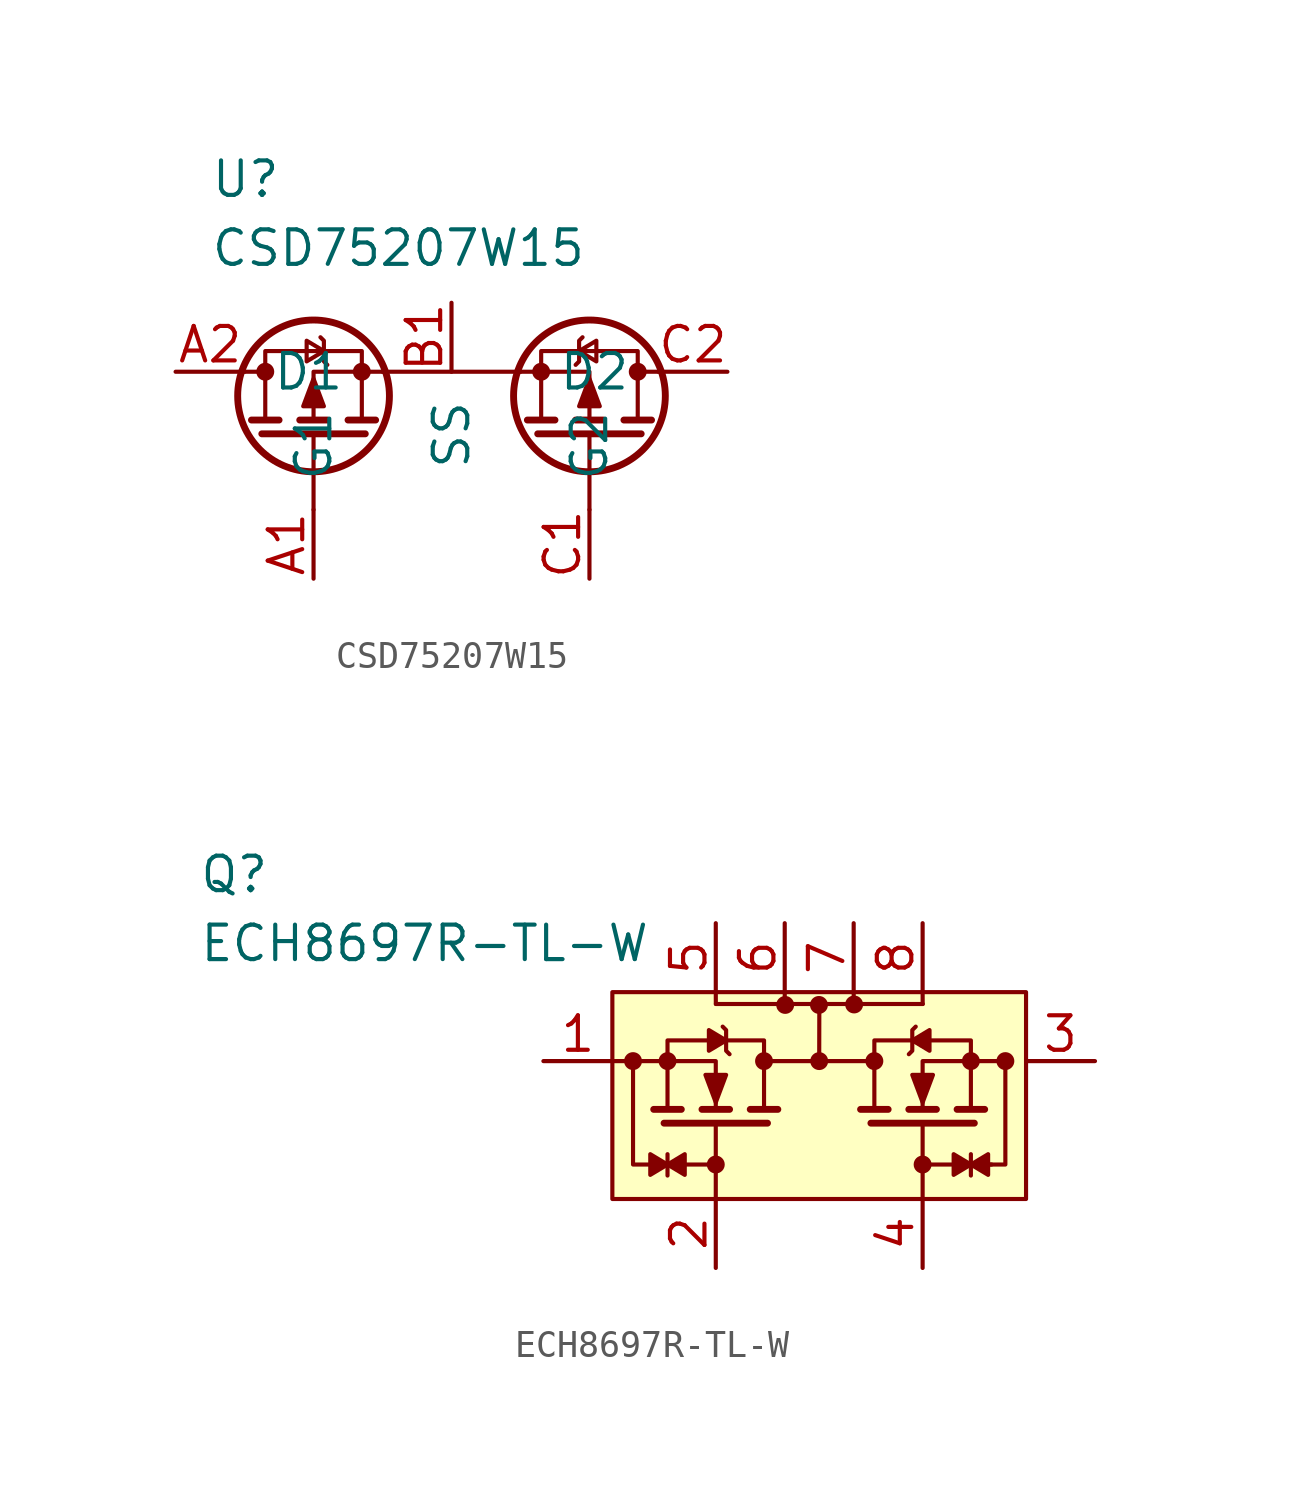
<source format=kicad_sym>
(kicad_symbol_lib
  (version 20241209)
  (generator "kicad_symbol_editor")
  (generator_version "9.0")
  (symbol "CSD75207W15"
    (pin_names
      (offset 1.016))
    (property "Reference" "U"
      (at -8.89 7.62 0)
      (effects (font (size 1.27 1.27)) (justify left bottom)))
    (property "Value" "CSD75207W15"
      (at -8.89 5.08 0)
      (effects (font (size 1.27 1.27)) (justify left bottom)))
    (symbol "CSD75207W15_0_1"
      (polyline (pts (xy -7.62 1.27) (xy -6.858 1.27)) (stroke (width 0) (type default)) (fill (type none)))
      (polyline (pts (xy -7.366 -0.508) (xy -6.35 -0.508)) (stroke (width 0.254) (type default)) (fill (type none)))
      (polyline (pts (xy -6.985 -1.016) (xy -3.175 -1.016)) (stroke (width 0.254) (type default)) (fill (type none)))
      (circle (center -6.858 1.27) (radius 0.254) (stroke (width 0) (type default)) (fill (type outline)))
      (polyline (pts (xy -6.858 -0.508) (xy -6.858 2.032) (xy -3.302 2.032) (xy -3.302 -0.508)) (stroke (width 0) (type default)) (fill (type none)))
      (polyline (pts (xy -5.588 -0.508) (xy -4.572 -0.508)) (stroke (width 0.254) (type default)) (fill (type none)))
      (polyline (pts (xy -5.08 1.016) (xy -5.461 0) (xy -4.699 0) (xy -5.08 1.016)) (stroke (width 0) (type default)) (fill (type outline)))
      (circle (center -5.08 0.381) (radius 2.794) (stroke (width 0.254) (type default)) (fill (type none)))
      (polyline (pts (xy -5.08 -1.016) (xy -5.08 -3.81)) (stroke (width 0) (type default)) (fill (type none)))
      (polyline (pts (xy -4.699 2.032) (xy -5.334 1.651) (xy -5.334 2.413) (xy -4.699 2.032)) (stroke (width 0) (type default)) (fill (type none)))
      (polyline (pts (xy -4.572 1.524) (xy -4.699 1.651) (xy -4.699 2.413) (xy -4.826 2.54)) (stroke (width 0) (type default)) (fill (type none)))
      (polyline (pts (xy -3.81 -0.508) (xy -2.794 -0.508)) (stroke (width 0.254) (type default)) (fill (type none)))
      (circle (center -3.302 1.27) (radius 0.254) (stroke (width 0) (type default)) (fill (type outline)))
      (polyline (pts (xy -2.54 1.27) (xy 2.54 1.27)) (stroke (width 0) (type default)) (fill (type none)))
      (polyline (pts (xy -2.54 1.27) (xy -5.08 1.27) (xy -5.08 -0.508)) (stroke (width 0) (type default)) (fill (type none)))
      (polyline (pts (xy 2.54 1.27) (xy 5.08 1.27) (xy 5.08 -0.508)) (stroke (width 0) (type default)) (fill (type none)))
      (circle (center 3.302 1.27) (radius 0.254) (stroke (width 0) (type default)) (fill (type outline)))
      (polyline (pts (xy 3.81 -0.508) (xy 2.794 -0.508)) (stroke (width 0.254) (type default)) (fill (type none)))
      (polyline (pts (xy 4.572 1.524) (xy 4.699 1.651) (xy 4.699 2.413) (xy 4.826 2.54)) (stroke (width 0) (type default)) (fill (type none)))
      (polyline (pts (xy 4.699 2.032) (xy 5.334 1.651) (xy 5.334 2.413) (xy 4.699 2.032)) (stroke (width 0) (type default)) (fill (type none)))
      (polyline (pts (xy 5.08 1.016) (xy 5.461 0) (xy 4.699 0) (xy 5.08 1.016)) (stroke (width 0) (type default)) (fill (type outline)))
      (circle (center 5.08 0.381) (radius 2.794) (stroke (width 0.254) (type default)) (fill (type none)))
      (polyline (pts (xy 5.08 -1.016) (xy 5.08 -3.81)) (stroke (width 0) (type default)) (fill (type none)))
      (polyline (pts (xy 5.588 -0.508) (xy 4.572 -0.508)) (stroke (width 0.254) (type default)) (fill (type none)))
      (circle (center 6.858 1.27) (radius 0.254) (stroke (width 0) (type default)) (fill (type outline)))
      (polyline (pts (xy 6.858 -0.508) (xy 6.858 2.032) (xy 3.302 2.032) (xy 3.302 -0.508)) (stroke (width 0) (type default)) (fill (type none)))
      (polyline (pts (xy 6.985 -1.016) (xy 3.175 -1.016)) (stroke (width 0.254) (type default)) (fill (type none)))
      (polyline (pts (xy 7.366 -0.508) (xy 6.35 -0.508)) (stroke (width 0.254) (type default)) (fill (type none)))
      (polyline (pts (xy 7.62 1.27) (xy 6.858 1.27)) (stroke (width 0) (type default)) (fill (type none))))
    (symbol "CSD75207W15_1_1"
      (pin passive line (at -10.16 1.27 0) (length 2.54) (name "D1" (effects (font (size 1.27 1.27)))) (number "A2" (effects (font (size 1.27 1.27)))))
      (pin passive line (at -10.16 1.27 0) (length 2.54) (hide yes) (name "D1" (effects (font (size 1.27 1.27)))) (number "A3" (effects (font (size 1.27 1.27)))))
      (pin passive line (at -10.16 1.27 0) (length 2.54) (hide yes) (name "D1" (effects (font (size 1.27 1.27)))) (number "B3" (effects (font (size 1.27 1.27)))))
      (pin input line (at -5.08 -6.35 90) (length 2.54) (name "G1" (effects (font (size 1.27 1.27)))) (number "A1" (effects (font (size 1.27 1.27)))))
      (pin passive line (at 0 3.81 270) (length 2.54) (name "SS" (effects (font (size 1.27 1.27)))) (number "B1" (effects (font (size 1.27 1.27)))))
      (pin input line (at 5.08 -6.35 90) (length 2.54) (name "G2" (effects (font (size 1.27 1.27)))) (number "C1" (effects (font (size 1.27 1.27)))))
      (pin passive line (at 10.16 1.27 180) (length 2.54) (hide yes) (name "D2" (effects (font (size 1.27 1.27)))) (number "B2" (effects (font (size 1.27 1.27)))))
      (pin passive line (at 10.16 1.27 180) (length 2.54) (name "D2" (effects (font (size 1.27 1.27)))) (number "C2" (effects (font (size 1.27 1.27)))))
      (pin passive line (at 10.16 1.27 180) (length 2.54) (hide yes) (name "D2" (effects (font (size 1.27 1.27)))) (number "C3" (effects (font (size 1.27 1.27)))))))
  (symbol "ECH8697R-TL-W"
    (pin_names
      (hide yes))
    (property "Reference" "Q"
      (at -22.86 7.62 0)
      (effects (font (size 1.27 1.27)) (justify left top)))
    (property "Value" "ECH8697R-TL-W"
      (at -22.86 5.08 0)
      (effects (font (size 1.27 1.27)) (justify left top)))
    (symbol "ECH8697R-TL-W_0_1"
      (circle (center -6.858 0) (radius 0.254) (stroke (width 0) (type default)) (fill (type outline)))
      (polyline (pts (xy -6.858 0) (xy -3.81 0) (xy -3.81 -1.778)) (stroke (width 0) (type default)) (fill (type none)))
      (circle (center -5.588 0) (radius 0.254) (stroke (width 0) (type default)) (fill (type outline)))
      (polyline (pts (xy -5.588 -1.778) (xy -5.588 0.762) (xy -2.032 0.762) (xy -2.032 -1.778)) (stroke (width 0) (type default)) (fill (type none)))
      (polyline (pts (xy -5.588 -3.429) (xy -5.588 -4.216)) (stroke (width 0) (type default)) (fill (type none)))
      (polyline (pts (xy -5.08 -1.778) (xy -6.096 -1.778)) (stroke (width 0.254) (type default)) (fill (type none)))
      (polyline (pts (xy -3.81 -1.524) (xy -3.429 -0.508) (xy -4.191 -0.508) (xy -3.81 -1.524)) (stroke (width 0) (type default)) (fill (type outline)))
      (polyline (pts (xy -3.81 -2.286) (xy -3.81 -5.08)) (stroke (width 0) (type default)) (fill (type none)))
      (circle (center -3.81 -3.81) (radius 0.254) (stroke (width 0) (type default)) (fill (type outline)))
      (polyline (pts (xy -3.808 2.106) (xy -3.81 2.54)) (stroke (width 0) (type default)) (fill (type none)))
      (polyline (pts (xy -3.302 0.254) (xy -3.429 0.381) (xy -3.429 1.143) (xy -3.556 1.27)) (stroke (width 0) (type default)) (fill (type none)))
      (polyline (pts (xy -3.302 -1.778) (xy -4.318 -1.778)) (stroke (width 0.254) (type default)) (fill (type none)))
      (circle (center -2.032 0) (radius 0.254) (stroke (width 0) (type default)) (fill (type outline)))
      (polyline (pts (xy -2.032 0) (xy 2.032 0)) (stroke (width 0) (type default)) (fill (type none)))
      (polyline (pts (xy -1.905 -2.286) (xy -5.715 -2.286)) (stroke (width 0.254) (type default)) (fill (type none)))
      (polyline (pts (xy -1.524 -1.778) (xy -2.54 -1.778)) (stroke (width 0.254) (type default)) (fill (type none)))
      (polyline (pts (xy -1.27 2.54) (xy -1.268 2.106)) (stroke (width 0) (type default)) (fill (type none)))
      (circle (center -1.253 2.069) (radius 0.254) (stroke (width 0) (type default)) (fill (type outline)))
      (circle (center -0.009 2.069) (radius 0.254) (stroke (width 0) (type default)) (fill (type outline)))
      (polyline (pts (xy 0 0) (xy 0.005 2.069)) (stroke (width 0) (type default)) (fill (type none)))
      (circle (center 0 0) (radius 0.254) (stroke (width 0) (type default)) (fill (type outline)))
      (polyline (pts (xy 1.27 2.54) (xy 1.272 2.106)) (stroke (width 0) (type default)) (fill (type none)))
      (circle (center 1.287 2.086) (radius 0.254) (stroke (width 0) (type default)) (fill (type outline)))
      (polyline (pts (xy 1.524 -1.778) (xy 2.54 -1.778)) (stroke (width 0.254) (type default)) (fill (type none)))
      (polyline (pts (xy 1.905 -2.286) (xy 5.715 -2.286)) (stroke (width 0.254) (type default)) (fill (type none)))
      (circle (center 2.032 0) (radius 0.254) (stroke (width 0) (type default)) (fill (type outline)))
      (polyline (pts (xy 3.302 0.254) (xy 3.429 0.381) (xy 3.429 1.143) (xy 3.556 1.27)) (stroke (width 0) (type default)) (fill (type none)))
      (polyline (pts (xy 3.302 -1.778) (xy 4.318 -1.778)) (stroke (width 0.254) (type default)) (fill (type none)))
      (polyline (pts (xy 3.81 2.54) (xy 3.812 2.106)) (stroke (width 0) (type default)) (fill (type none)))
      (polyline (pts (xy 3.81 -1.524) (xy 3.429 -0.508) (xy 4.191 -0.508) (xy 3.81 -1.524)) (stroke (width 0) (type default)) (fill (type outline)))
      (polyline (pts (xy 3.81 -2.286) (xy 3.81 -5.08)) (stroke (width 0) (type default)) (fill (type none)))
      (circle (center 3.81 -3.81) (radius 0.254) (stroke (width 0) (type default)) (fill (type outline)))
      (polyline (pts (xy 3.816 2.103) (xy -3.806 2.103)) (stroke (width 0) (type default)) (fill (type none)))
      (polyline (pts (xy 5.08 -1.778) (xy 6.096 -1.778)) (stroke (width 0.254) (type default)) (fill (type none)))
      (circle (center 5.588 0) (radius 0.254) (stroke (width 0) (type default)) (fill (type outline)))
      (polyline (pts (xy 5.588 -1.778) (xy 5.588 0.762) (xy 2.032 0.762) (xy 2.032 -1.778)) (stroke (width 0) (type default)) (fill (type none)))
      (polyline (pts (xy 5.588 -3.429) (xy 5.588 -4.216)) (stroke (width 0) (type default)) (fill (type none)))
      (polyline (pts (xy 6.858 0) (xy 3.81 0) (xy 3.81 -1.778)) (stroke (width 0) (type default)) (fill (type none)))
      (circle (center 6.858 0) (radius 0.254) (stroke (width 0) (type default)) (fill (type outline))))
    (symbol "ECH8697R-TL-W_1_1"
      (rectangle (start -7.62 2.54) (end 7.62 -5.08) (stroke (width 0) (type default)) (fill (type background)))
      (polyline (pts (xy -6.858 0) (xy -7.62 0)) (stroke (width 0) (type default)) (fill (type none)))
      (polyline (pts (xy -5.588 -3.81) (xy -3.81 -3.81)) (stroke (width 0) (type default)) (fill (type none)))
      (polyline (pts (xy -5.588 -3.81) (xy -6.858 -3.81) (xy -6.858 0)) (stroke (width 0) (type default)) (fill (type none)))
      (polyline (pts (xy -5.588 -3.81) (xy -6.223 -4.191) (xy -6.223 -3.429) (xy -5.588 -3.81)) (stroke (width 0) (type default)) (fill (type outline)))
      (polyline (pts (xy -5.588 -3.81) (xy -4.953 -3.429) (xy -4.953 -4.191) (xy -5.588 -3.81)) (stroke (width 0) (type default)) (fill (type outline)))
      (polyline (pts (xy -3.429 0.762) (xy -4.064 0.381) (xy -4.064 1.143) (xy -3.429 0.762)) (stroke (width 0) (type default)) (fill (type outline)))
      (polyline (pts (xy 3.429 0.762) (xy 4.064 0.381) (xy 4.064 1.143) (xy 3.429 0.762)) (stroke (width 0) (type default)) (fill (type outline)))
      (polyline (pts (xy 5.588 -3.81) (xy 6.858 -3.81) (xy 6.858 0)) (stroke (width 0) (type default)) (fill (type none)))
      (polyline (pts (xy 5.588 -3.81) (xy 4.953 -3.429) (xy 4.953 -4.191) (xy 5.588 -3.81)) (stroke (width 0) (type default)) (fill (type outline)))
      (polyline (pts (xy 5.588 -3.81) (xy 6.223 -4.191) (xy 6.223 -3.429) (xy 5.588 -3.81)) (stroke (width 0) (type default)) (fill (type outline)))
      (polyline (pts (xy 6.35 -3.81) (xy 3.81 -3.81)) (stroke (width 0) (type default)) (fill (type none)))
      (pin output line (at -10.16 0 0) (length 2.54) (name "SOURCE1" (effects (font (size 1.27 1.27)))) (number "1" (effects (font (size 1.27 1.27)))))
      (pin power_in line (at -3.81 5.08 270) (length 2.54) (name "DRAIN_1" (effects (font (size 1.27 1.27)))) (number "5" (effects (font (size 1.27 1.27)))))
      (pin input line (at -3.81 -7.62 90) (length 2.54) (name "GATE1" (effects (font (size 1.27 1.27)))) (number "2" (effects (font (size 1.27 1.27)))))
      (pin power_in line (at -1.27 5.08 270) (length 2.54) (name "DRAIN_2" (effects (font (size 1.27 1.27)))) (number "6" (effects (font (size 1.27 1.27)))))
      (pin power_in line (at 1.27 5.08 270) (length 2.54) (name "DRAIN_3" (effects (font (size 1.27 1.27)))) (number "7" (effects (font (size 1.27 1.27)))))
      (pin power_in line (at 3.81 5.08 270) (length 2.54) (name "DRAIN_4" (effects (font (size 1.27 1.27)))) (number "8" (effects (font (size 1.27 1.27)))))
      (pin input line (at 3.81 -7.62 90) (length 2.54) (name "GATE2" (effects (font (size 1.27 1.27)))) (number "4" (effects (font (size 1.27 1.27)))))
      (pin output line (at 10.16 0 180) (length 2.54) (name "SOURCE2" (effects (font (size 1.27 1.27)))) (number "3" (effects (font (size 1.27 1.27))))))))
</source>
